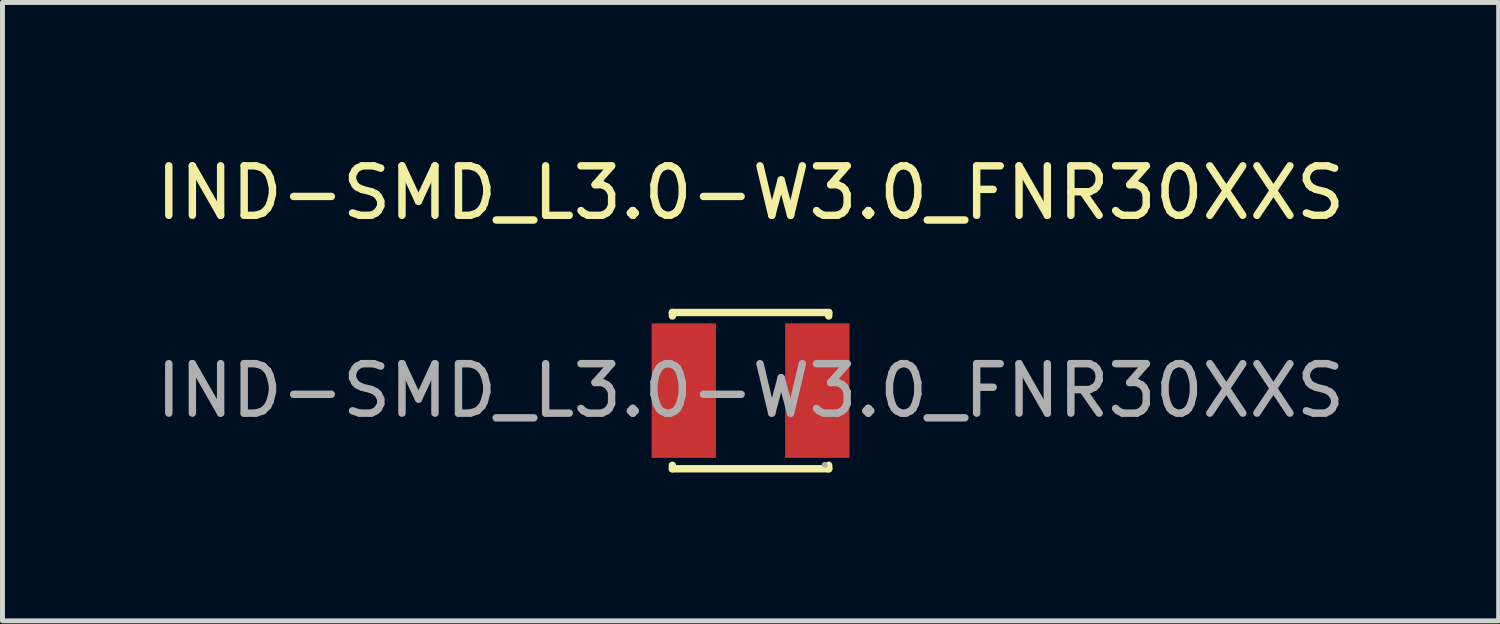
<source format=kicad_pcb>
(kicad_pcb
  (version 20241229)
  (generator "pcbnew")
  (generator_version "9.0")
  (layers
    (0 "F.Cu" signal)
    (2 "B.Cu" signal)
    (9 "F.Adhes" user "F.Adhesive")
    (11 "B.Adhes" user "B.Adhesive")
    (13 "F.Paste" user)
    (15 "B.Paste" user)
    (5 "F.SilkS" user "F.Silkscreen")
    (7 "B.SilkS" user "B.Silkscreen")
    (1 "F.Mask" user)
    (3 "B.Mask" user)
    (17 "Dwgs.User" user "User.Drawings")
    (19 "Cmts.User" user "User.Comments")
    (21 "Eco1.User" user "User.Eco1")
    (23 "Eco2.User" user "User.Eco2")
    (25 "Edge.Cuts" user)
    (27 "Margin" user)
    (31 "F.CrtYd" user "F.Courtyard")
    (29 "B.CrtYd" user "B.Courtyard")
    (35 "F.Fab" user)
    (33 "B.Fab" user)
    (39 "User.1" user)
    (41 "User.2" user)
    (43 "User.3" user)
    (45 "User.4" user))
  (footprint "IND-SMD_L3.0-W3.0_FNR30XXS"
    (layer "F.Cu")
    (at 12.125 4.848)
    (property "Reference" "IND-SMD_L3.0-W3.0_FNR30XXS" (at 0 -4 0) (layer "F.SilkS") (effects (font (size 1 1) (thickness 0.15))))
    (attr smd)
    (fp_line (start -1.58 -1.58) (end 1.58 -1.58) (stroke (width 0.15) (type solid)) (layer "F.SilkS"))
    (fp_line (start -1.58 -1.51) (end -1.58 -1.58) (stroke (width 0.15) (type solid)) (layer "F.SilkS"))
    (fp_line (start -1.58 1.51) (end -1.58 1.58) (stroke (width 0.15) (type solid)) (layer "F.SilkS"))
    (fp_line (start -1.58 1.58) (end 1.58 1.58) (stroke (width 0.15) (type solid)) (layer "F.SilkS"))
    (fp_line (start 1.58 -1.58) (end 1.58 -1.51) (stroke (width 0.15) (type solid)) (layer "F.SilkS"))
    (fp_line (start 1.58 1.58) (end 1.58 1.51) (stroke (width 0.15) (type solid)) (layer "F.SilkS"))
    (fp_circle (center 1.5 1.5) (end 1.53 1.5) (stroke (width 0.06) (type solid)) (fill no) (layer "F.Fab"))
    (fp_text user "${REFERENCE}" (at 0 0 0) (layer "F.Fab") (effects (font (size 1 1) (thickness 0.15))))
    (pad "1" smd rect (at 1.35 0) (size 1.3 2.72) (layers "F.Cu" "F.Mask" "F.Paste"))
    (pad "2" smd rect (at -1.35 0) (size 1.3 2.72) (layers "F.Cu" "F.Mask" "F.Paste")))
  (gr_rect
    (start -3 -3)
    (end 27.25 9.503)
    (stroke (width 0.1) (type default))
    (fill no)
    (layer "Edge.Cuts")))
</source>
